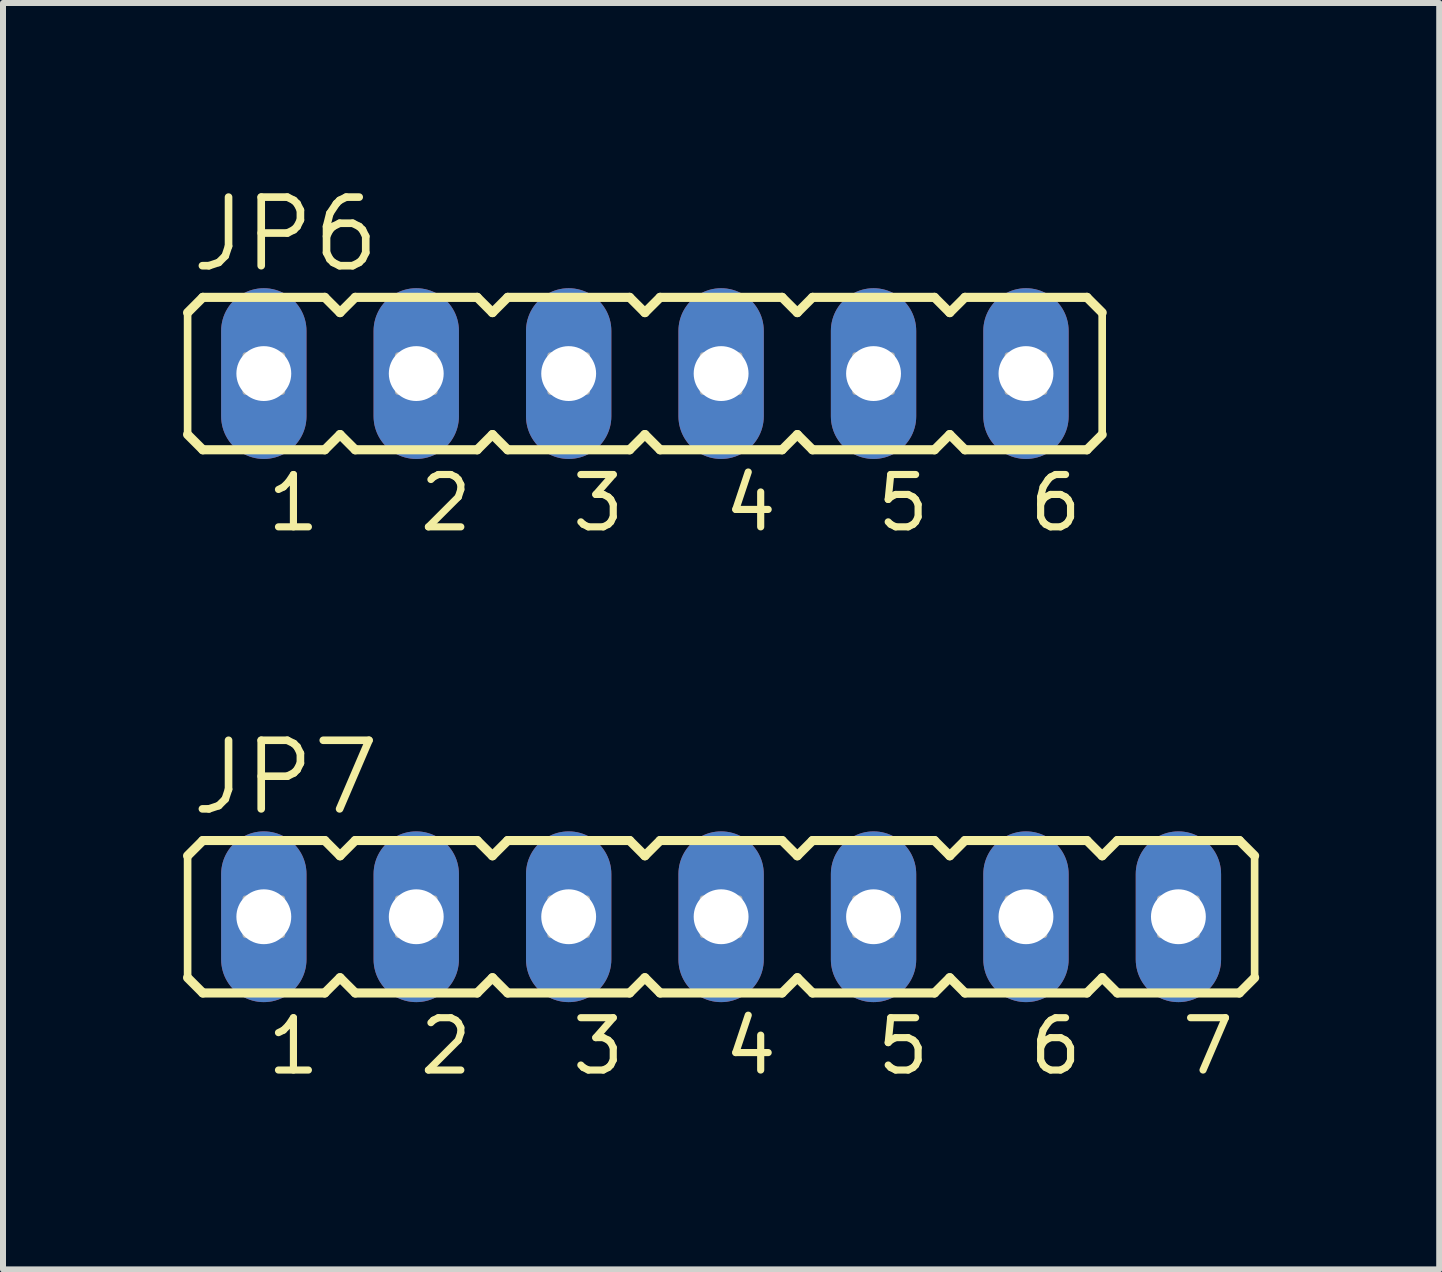
<source format=kicad_pcb>
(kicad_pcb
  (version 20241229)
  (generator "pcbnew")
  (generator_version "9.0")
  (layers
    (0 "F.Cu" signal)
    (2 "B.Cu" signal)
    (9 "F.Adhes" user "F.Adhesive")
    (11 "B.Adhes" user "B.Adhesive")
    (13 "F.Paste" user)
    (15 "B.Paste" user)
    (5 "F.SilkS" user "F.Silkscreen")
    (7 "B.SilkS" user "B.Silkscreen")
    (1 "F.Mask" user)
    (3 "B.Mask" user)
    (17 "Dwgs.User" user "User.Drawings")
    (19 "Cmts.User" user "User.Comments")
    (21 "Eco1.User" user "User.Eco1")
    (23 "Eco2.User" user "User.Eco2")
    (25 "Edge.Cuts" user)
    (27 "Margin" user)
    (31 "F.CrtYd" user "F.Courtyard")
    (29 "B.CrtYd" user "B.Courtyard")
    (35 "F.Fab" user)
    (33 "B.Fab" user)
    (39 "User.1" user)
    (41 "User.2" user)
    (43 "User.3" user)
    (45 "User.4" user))
  (footprint "JP6"
    (layer "F.Cu")
    (at 8.966 4.445)
    (property "Reference" "JP6" (at -8.89 -2.921 0) (layer "F.SilkS") (effects (font (size 1.143 1.143) (thickness 0.127)) (justify left bottom)))
    (fp_line (start -8.89 -2.286) (end -8.89 -0.254) (stroke (width 0.127) (type solid)) (layer "F.SilkS"))
    (fp_line (start -8.89 -2.286) (end -8.636 -2.54) (stroke (width 0.152) (type solid)) (layer "F.SilkS"))
    (fp_line (start -8.89 -0.254) (end -8.636 0) (stroke (width 0.152) (type solid)) (layer "F.SilkS"))
    (fp_line (start -6.604 -2.54) (end -8.636 -2.54) (stroke (width 0.152) (type solid)) (layer "F.SilkS"))
    (fp_line (start -6.604 -2.54) (end -6.35 -2.286) (stroke (width 0.152) (type solid)) (layer "F.SilkS"))
    (fp_line (start -6.604 0) (end -8.636 0) (stroke (width 0.152) (type solid)) (layer "F.SilkS"))
    (fp_line (start -6.604 0) (end -6.35 -0.254) (stroke (width 0.152) (type solid)) (layer "F.SilkS"))
    (fp_line (start -6.35 -2.286) (end -6.096 -2.54) (stroke (width 0.152) (type solid)) (layer "F.SilkS"))
    (fp_line (start -6.35 -0.254) (end -6.096 0) (stroke (width 0.152) (type solid)) (layer "F.SilkS"))
    (fp_line (start -4.064 -2.54) (end -6.096 -2.54) (stroke (width 0.152) (type solid)) (layer "F.SilkS"))
    (fp_line (start -4.064 -2.54) (end -3.81 -2.286) (stroke (width 0.152) (type solid)) (layer "F.SilkS"))
    (fp_line (start -4.064 0) (end -6.096 0) (stroke (width 0.152) (type solid)) (layer "F.SilkS"))
    (fp_line (start -4.064 0) (end -3.81 -0.254) (stroke (width 0.152) (type solid)) (layer "F.SilkS"))
    (fp_line (start -3.81 -2.286) (end -3.556 -2.54) (stroke (width 0.152) (type solid)) (layer "F.SilkS"))
    (fp_line (start -3.81 -0.254) (end -3.556 0) (stroke (width 0.152) (type solid)) (layer "F.SilkS"))
    (fp_line (start -1.524 -2.54) (end -3.556 -2.54) (stroke (width 0.152) (type solid)) (layer "F.SilkS"))
    (fp_line (start -1.524 -2.54) (end -1.27 -2.286) (stroke (width 0.152) (type solid)) (layer "F.SilkS"))
    (fp_line (start -1.524 0) (end -3.556 0) (stroke (width 0.152) (type solid)) (layer "F.SilkS"))
    (fp_line (start -1.524 0) (end -1.27 -0.254) (stroke (width 0.152) (type solid)) (layer "F.SilkS"))
    (fp_line (start -1.27 -2.286) (end -1.016 -2.54) (stroke (width 0.152) (type solid)) (layer "F.SilkS"))
    (fp_line (start -1.27 -0.254) (end -1.016 0) (stroke (width 0.152) (type solid)) (layer "F.SilkS"))
    (fp_line (start 1.016 -2.54) (end -1.016 -2.54) (stroke (width 0.152) (type solid)) (layer "F.SilkS"))
    (fp_line (start 1.016 -2.54) (end 1.27 -2.286) (stroke (width 0.152) (type solid)) (layer "F.SilkS"))
    (fp_line (start 1.016 0) (end -1.016 0) (stroke (width 0.152) (type solid)) (layer "F.SilkS"))
    (fp_line (start 1.016 0) (end 1.27 -0.254) (stroke (width 0.152) (type solid)) (layer "F.SilkS"))
    (fp_line (start 1.27 -2.286) (end 1.524 -2.54) (stroke (width 0.152) (type solid)) (layer "F.SilkS"))
    (fp_line (start 1.27 -0.254) (end 1.524 0) (stroke (width 0.152) (type solid)) (layer "F.SilkS"))
    (fp_line (start 3.556 -2.54) (end 1.524 -2.54) (stroke (width 0.152) (type solid)) (layer "F.SilkS"))
    (fp_line (start 3.556 -2.54) (end 3.81 -2.286) (stroke (width 0.152) (type solid)) (layer "F.SilkS"))
    (fp_line (start 3.556 0) (end 1.524 0) (stroke (width 0.152) (type solid)) (layer "F.SilkS"))
    (fp_line (start 3.556 0) (end 3.81 -0.254) (stroke (width 0.152) (type solid)) (layer "F.SilkS"))
    (fp_line (start 3.81 -2.286) (end 4.064 -2.54) (stroke (width 0.152) (type solid)) (layer "F.SilkS"))
    (fp_line (start 3.81 -0.254) (end 4.064 0) (stroke (width 0.152) (type solid)) (layer "F.SilkS"))
    (fp_line (start 6.096 -2.54) (end 4.064 -2.54) (stroke (width 0.152) (type solid)) (layer "F.SilkS"))
    (fp_line (start 6.096 -2.54) (end 6.35 -2.286) (stroke (width 0.152) (type solid)) (layer "F.SilkS"))
    (fp_line (start 6.096 0) (end 4.064 0) (stroke (width 0.152) (type solid)) (layer "F.SilkS"))
    (fp_line (start 6.096 0) (end 6.35 -0.254) (stroke (width 0.152) (type solid)) (layer "F.SilkS"))
    (fp_line (start 6.35 -2.286) (end 6.35 -0.254) (stroke (width 0.127) (type solid)) (layer "F.SilkS"))
    (fp_poly (pts (xy -7.925 -0.965) (xy -7.315 -0.965) (xy -7.315 -1.575) (xy -7.925 -1.575)) (stroke (width 0.1) (type default)) (fill no) (layer "F.Fab"))
    (fp_poly (pts (xy -5.385 -0.965) (xy -4.775 -0.965) (xy -4.775 -1.575) (xy -5.385 -1.575)) (stroke (width 0.1) (type default)) (fill no) (layer "F.Fab"))
    (fp_poly (pts (xy -2.845 -0.965) (xy -2.235 -0.965) (xy -2.235 -1.575) (xy -2.845 -1.575)) (stroke (width 0.1) (type default)) (fill no) (layer "F.Fab"))
    (fp_poly (pts (xy -0.305 -0.965) (xy 0.305 -0.965) (xy 0.305 -1.575) (xy -0.305 -1.575)) (stroke (width 0.1) (type default)) (fill no) (layer "F.Fab"))
    (fp_poly (pts (xy 2.235 -0.965) (xy 2.845 -0.965) (xy 2.845 -1.575) (xy 2.235 -1.575)) (stroke (width 0.1) (type default)) (fill no) (layer "F.Fab"))
    (fp_poly (pts (xy 4.775 -0.965) (xy 5.385 -0.965) (xy 5.385 -1.575) (xy 4.775 -1.575)) (stroke (width 0.1) (type default)) (fill no) (layer "F.Fab"))
    (fp_text user "1" (at -7.62 1.397 0) (layer "F.SilkS") (effects (font (size 0.872 0.872) (thickness 0.119)) (justify left bottom)))
    (fp_text user "5" (at 2.54 1.397 0) (layer "F.SilkS") (effects (font (size 0.872 0.872) (thickness 0.119)) (justify left bottom)))
    (fp_text user "3" (at -2.54 1.397 0) (layer "F.SilkS") (effects (font (size 0.872 0.872) (thickness 0.119)) (justify left bottom)))
    (fp_text user "4" (at 0 1.397 0) (layer "F.SilkS") (effects (font (size 0.872 0.872) (thickness 0.119)) (justify left bottom)))
    (fp_text user "2" (at -5.08 1.397 0) (layer "F.SilkS") (effects (font (size 0.872 0.872) (thickness 0.119)) (justify left bottom)))
    (fp_text user "6" (at 5.08 1.397 0) (layer "F.SilkS") (effects (font (size 0.872 0.872) (thickness 0.119)) (justify left bottom)))
    (pad "1" thru_hole oval (at -7.62 -1.27 90) (size 2.845 1.422) (drill 0.914) (layers "*.Cu" "*.Mask"))
    (pad "2" thru_hole oval (at -5.08 -1.27 90) (size 2.845 1.422) (drill 0.914) (layers "*.Cu" "*.Mask"))
    (pad "3" thru_hole oval (at -2.54 -1.27 90) (size 2.845 1.422) (drill 0.914) (layers "*.Cu" "*.Mask"))
    (pad "4" thru_hole oval (at 0 -1.27 90) (size 2.845 1.422) (drill 0.914) (layers "*.Cu" "*.Mask"))
    (pad "5" thru_hole oval (at 2.54 -1.27 90) (size 2.845 1.422) (drill 0.914) (layers "*.Cu" "*.Mask"))
    (pad "6" thru_hole oval (at 5.08 -1.27 90) (size 2.845 1.422) (drill 0.914) (layers "*.Cu" "*.Mask")))
  (footprint "JP7"
    (layer "F.Cu")
    (at 1.346 12.226)
    (property "Reference" "JP7" (at -1.27 -1.651 0) (layer "F.SilkS") (effects (font (size 1.143 1.143) (thickness 0.127)) (justify left bottom)))
    (fp_line (start -1.27 -1.016) (end -1.27 1.016) (stroke (width 0.127) (type solid)) (layer "F.SilkS"))
    (fp_line (start -1.27 -1.016) (end -1.016 -1.27) (stroke (width 0.152) (type solid)) (layer "F.SilkS"))
    (fp_line (start -1.27 1.016) (end -1.016 1.27) (stroke (width 0.152) (type solid)) (layer "F.SilkS"))
    (fp_line (start 1.016 -1.27) (end -1.016 -1.27) (stroke (width 0.152) (type solid)) (layer "F.SilkS"))
    (fp_line (start 1.016 -1.27) (end 1.27 -1.016) (stroke (width 0.152) (type solid)) (layer "F.SilkS"))
    (fp_line (start 1.016 1.27) (end -1.016 1.27) (stroke (width 0.152) (type solid)) (layer "F.SilkS"))
    (fp_line (start 1.016 1.27) (end 1.27 1.016) (stroke (width 0.152) (type solid)) (layer "F.SilkS"))
    (fp_line (start 1.27 -1.016) (end 1.524 -1.27) (stroke (width 0.152) (type solid)) (layer "F.SilkS"))
    (fp_line (start 1.27 1.016) (end 1.524 1.27) (stroke (width 0.152) (type solid)) (layer "F.SilkS"))
    (fp_line (start 3.556 -1.27) (end 1.524 -1.27) (stroke (width 0.152) (type solid)) (layer "F.SilkS"))
    (fp_line (start 3.556 -1.27) (end 3.81 -1.016) (stroke (width 0.152) (type solid)) (layer "F.SilkS"))
    (fp_line (start 3.556 1.27) (end 1.524 1.27) (stroke (width 0.152) (type solid)) (layer "F.SilkS"))
    (fp_line (start 3.556 1.27) (end 3.81 1.016) (stroke (width 0.152) (type solid)) (layer "F.SilkS"))
    (fp_line (start 3.81 -1.016) (end 4.064 -1.27) (stroke (width 0.152) (type solid)) (layer "F.SilkS"))
    (fp_line (start 3.81 1.016) (end 4.064 1.27) (stroke (width 0.152) (type solid)) (layer "F.SilkS"))
    (fp_line (start 6.096 -1.27) (end 4.064 -1.27) (stroke (width 0.152) (type solid)) (layer "F.SilkS"))
    (fp_line (start 6.096 -1.27) (end 6.35 -1.016) (stroke (width 0.152) (type solid)) (layer "F.SilkS"))
    (fp_line (start 6.096 1.27) (end 4.064 1.27) (stroke (width 0.152) (type solid)) (layer "F.SilkS"))
    (fp_line (start 6.096 1.27) (end 6.35 1.016) (stroke (width 0.152) (type solid)) (layer "F.SilkS"))
    (fp_line (start 6.35 -1.016) (end 6.604 -1.27) (stroke (width 0.152) (type solid)) (layer "F.SilkS"))
    (fp_line (start 6.35 1.016) (end 6.604 1.27) (stroke (width 0.152) (type solid)) (layer "F.SilkS"))
    (fp_line (start 8.636 -1.27) (end 6.604 -1.27) (stroke (width 0.152) (type solid)) (layer "F.SilkS"))
    (fp_line (start 8.636 -1.27) (end 8.89 -1.016) (stroke (width 0.152) (type solid)) (layer "F.SilkS"))
    (fp_line (start 8.636 1.27) (end 6.604 1.27) (stroke (width 0.152) (type solid)) (layer "F.SilkS"))
    (fp_line (start 8.636 1.27) (end 8.89 1.016) (stroke (width 0.152) (type solid)) (layer "F.SilkS"))
    (fp_line (start 8.89 -1.016) (end 9.144 -1.27) (stroke (width 0.152) (type solid)) (layer "F.SilkS"))
    (fp_line (start 8.89 1.016) (end 9.144 1.27) (stroke (width 0.152) (type solid)) (layer "F.SilkS"))
    (fp_line (start 11.176 -1.27) (end 9.144 -1.27) (stroke (width 0.152) (type solid)) (layer "F.SilkS"))
    (fp_line (start 11.176 -1.27) (end 11.43 -1.016) (stroke (width 0.152) (type solid)) (layer "F.SilkS"))
    (fp_line (start 11.176 1.27) (end 9.144 1.27) (stroke (width 0.152) (type solid)) (layer "F.SilkS"))
    (fp_line (start 11.176 1.27) (end 11.43 1.016) (stroke (width 0.152) (type solid)) (layer "F.SilkS"))
    (fp_line (start 11.43 -1.016) (end 11.684 -1.27) (stroke (width 0.152) (type solid)) (layer "F.SilkS"))
    (fp_line (start 11.43 1.016) (end 11.684 1.27) (stroke (width 0.152) (type solid)) (layer "F.SilkS"))
    (fp_line (start 13.716 -1.27) (end 11.684 -1.27) (stroke (width 0.152) (type solid)) (layer "F.SilkS"))
    (fp_line (start 13.716 -1.27) (end 13.97 -1.016) (stroke (width 0.152) (type solid)) (layer "F.SilkS"))
    (fp_line (start 13.716 1.27) (end 11.684 1.27) (stroke (width 0.152) (type solid)) (layer "F.SilkS"))
    (fp_line (start 13.716 1.27) (end 13.97 1.016) (stroke (width 0.152) (type solid)) (layer "F.SilkS"))
    (fp_line (start 13.97 -1.016) (end 14.224 -1.27) (stroke (width 0.152) (type solid)) (layer "F.SilkS"))
    (fp_line (start 13.97 1.016) (end 14.224 1.27) (stroke (width 0.152) (type solid)) (layer "F.SilkS"))
    (fp_line (start 16.256 -1.27) (end 14.224 -1.27) (stroke (width 0.152) (type solid)) (layer "F.SilkS"))
    (fp_line (start 16.256 -1.27) (end 16.51 -1.016) (stroke (width 0.152) (type solid)) (layer "F.SilkS"))
    (fp_line (start 16.256 1.27) (end 14.224 1.27) (stroke (width 0.152) (type solid)) (layer "F.SilkS"))
    (fp_line (start 16.256 1.27) (end 16.51 1.016) (stroke (width 0.152) (type solid)) (layer "F.SilkS"))
    (fp_line (start 16.51 -1.016) (end 16.51 1.016) (stroke (width 0.127) (type solid)) (layer "F.SilkS"))
    (fp_poly (pts (xy -0.305 0.305) (xy 0.305 0.305) (xy 0.305 -0.305) (xy -0.305 -0.305)) (stroke (width 0.1) (type default)) (fill no) (layer "F.Fab"))
    (fp_poly (pts (xy 2.235 0.305) (xy 2.845 0.305) (xy 2.845 -0.305) (xy 2.235 -0.305)) (stroke (width 0.1) (type default)) (fill no) (layer "F.Fab"))
    (fp_poly (pts (xy 4.775 0.305) (xy 5.385 0.305) (xy 5.385 -0.305) (xy 4.775 -0.305)) (stroke (width 0.1) (type default)) (fill no) (layer "F.Fab"))
    (fp_poly (pts (xy 7.315 0.305) (xy 7.925 0.305) (xy 7.925 -0.305) (xy 7.315 -0.305)) (stroke (width 0.1) (type default)) (fill no) (layer "F.Fab"))
    (fp_poly (pts (xy 9.855 0.305) (xy 10.465 0.305) (xy 10.465 -0.305) (xy 9.855 -0.305)) (stroke (width 0.1) (type default)) (fill no) (layer "F.Fab"))
    (fp_poly (pts (xy 12.395 0.305) (xy 13.005 0.305) (xy 13.005 -0.305) (xy 12.395 -0.305)) (stroke (width 0.1) (type default)) (fill no) (layer "F.Fab"))
    (fp_poly (pts (xy 14.935 0.305) (xy 15.545 0.305) (xy 15.545 -0.305) (xy 14.935 -0.305)) (stroke (width 0.1) (type default)) (fill no) (layer "F.Fab"))
    (fp_text user "1" (at 0 2.667 0) (layer "F.SilkS") (effects (font (size 0.872 0.872) (thickness 0.119)) (justify left bottom)))
    (fp_text user "5" (at 10.16 2.667 0) (layer "F.SilkS") (effects (font (size 0.872 0.872) (thickness 0.119)) (justify left bottom)))
    (fp_text user "3" (at 5.08 2.667 0) (layer "F.SilkS") (effects (font (size 0.872 0.872) (thickness 0.119)) (justify left bottom)))
    (fp_text user "7" (at 15.24 2.667 0) (layer "F.SilkS") (effects (font (size 0.872 0.872) (thickness 0.119)) (justify left bottom)))
    (fp_text user "2" (at 2.54 2.667 0) (layer "F.SilkS") (effects (font (size 0.872 0.872) (thickness 0.119)) (justify left bottom)))
    (fp_text user "6" (at 12.7 2.667 0) (layer "F.SilkS") (effects (font (size 0.872 0.872) (thickness 0.119)) (justify left bottom)))
    (fp_text user "4" (at 7.62 2.667 0) (layer "F.SilkS") (effects (font (size 0.872 0.872) (thickness 0.119)) (justify left bottom)))
    (pad "1" thru_hole oval (at 0 0 90) (size 2.845 1.422) (drill 0.914) (layers "*.Cu" "*.Mask"))
    (pad "2" thru_hole oval (at 2.54 0 90) (size 2.845 1.422) (drill 0.914) (layers "*.Cu" "*.Mask"))
    (pad "3" thru_hole oval (at 5.08 0 90) (size 2.845 1.422) (drill 0.914) (layers "*.Cu" "*.Mask"))
    (pad "4" thru_hole oval (at 7.62 0 90) (size 2.845 1.422) (drill 0.914) (layers "*.Cu" "*.Mask"))
    (pad "5" thru_hole oval (at 10.16 0 90) (size 2.845 1.422) (drill 0.914) (layers "*.Cu" "*.Mask"))
    (pad "6" thru_hole oval (at 12.7 0 90) (size 2.845 1.422) (drill 0.914) (layers "*.Cu" "*.Mask"))
    (pad "7" thru_hole oval (at 15.24 0 90) (size 2.845 1.422) (drill 0.914) (layers "*.Cu" "*.Mask")))
  (gr_rect
    (start -3 -3)
    (end 20.932 18.102)
    (stroke (width 0.1) (type default))
    (fill no)
    (layer "Edge.Cuts")))
</source>
